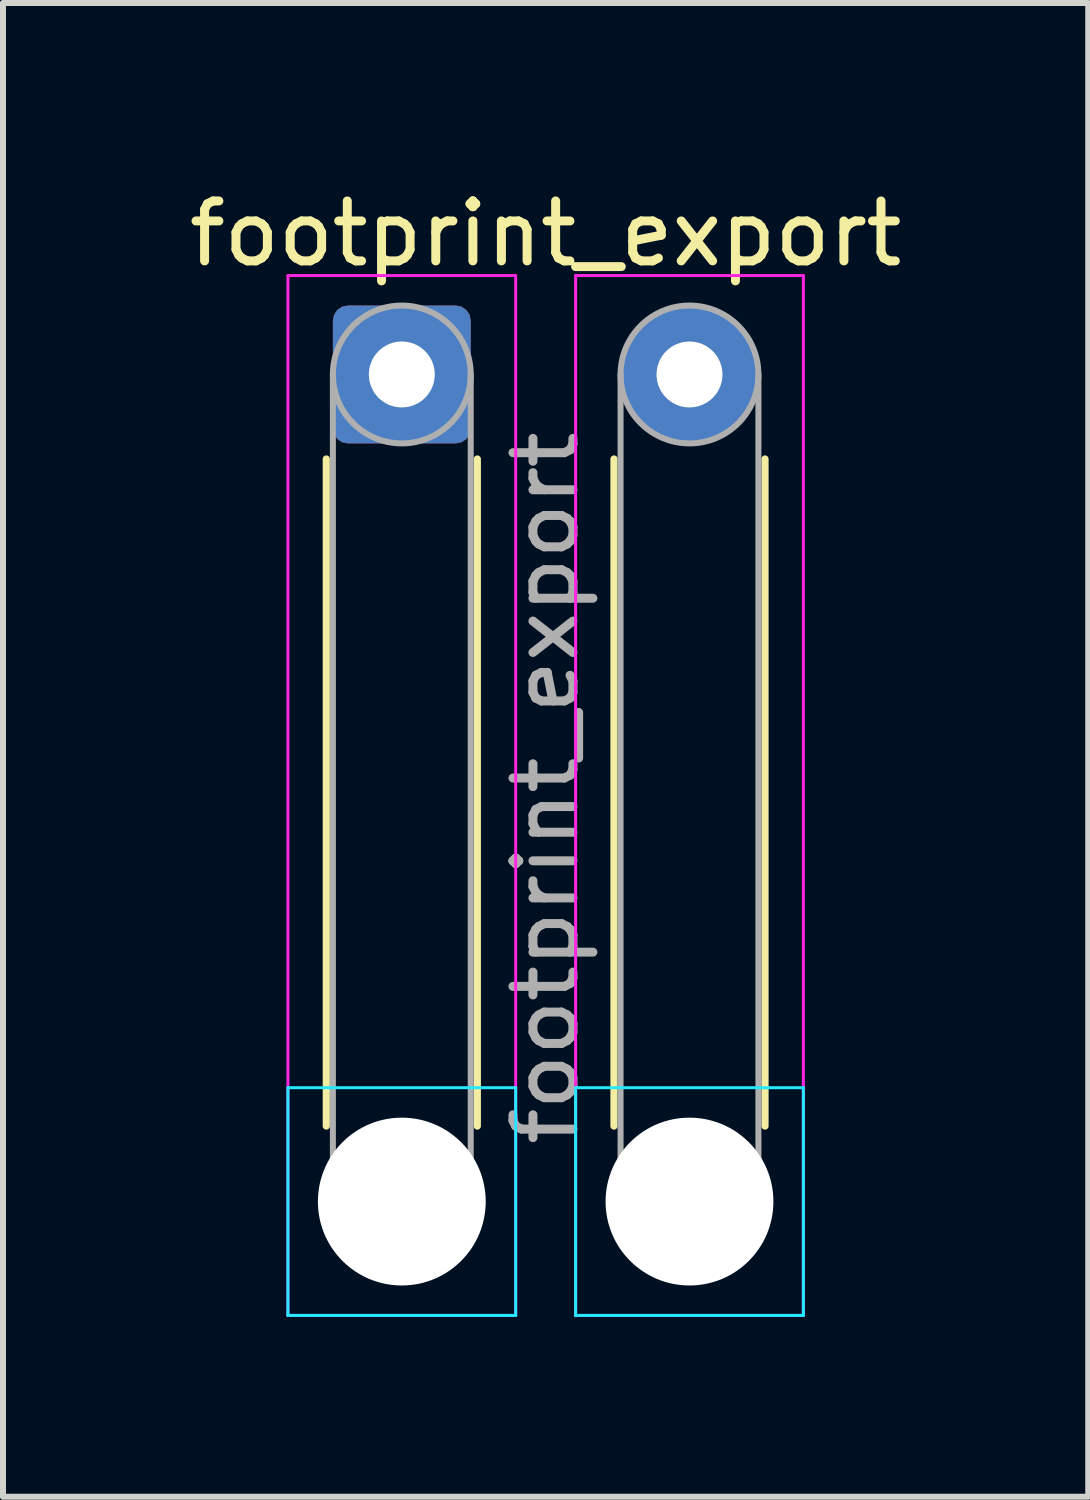
<source format=kicad_pcb>
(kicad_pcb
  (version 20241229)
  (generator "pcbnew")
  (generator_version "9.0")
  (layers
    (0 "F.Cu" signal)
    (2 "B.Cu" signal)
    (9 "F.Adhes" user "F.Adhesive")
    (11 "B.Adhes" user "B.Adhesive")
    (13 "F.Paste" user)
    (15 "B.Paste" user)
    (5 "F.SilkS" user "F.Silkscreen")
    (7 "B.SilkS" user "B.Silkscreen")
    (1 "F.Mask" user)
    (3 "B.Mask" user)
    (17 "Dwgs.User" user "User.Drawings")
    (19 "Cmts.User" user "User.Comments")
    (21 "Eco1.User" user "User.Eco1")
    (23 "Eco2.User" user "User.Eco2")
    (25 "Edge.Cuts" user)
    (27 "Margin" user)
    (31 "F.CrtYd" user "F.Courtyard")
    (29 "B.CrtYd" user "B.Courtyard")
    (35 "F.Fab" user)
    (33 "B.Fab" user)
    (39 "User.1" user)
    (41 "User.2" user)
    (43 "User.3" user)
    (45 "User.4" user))
  (footprint "footprint_export"
    (layer "F.Cu")
    (at 3.654 3.198)
    (property "Reference" "footprint_export" (at 2.4 -2.35 0) (layer "F.SilkS") (effects (font (size 1 1) (thickness 0.15))))
    (attr exclude_from_pos_files exclude_from_bom)
    (fp_line (start -1.26 1.41) (end -1.26 12.54) (stroke (width 0.12) (type solid)) (layer "F.SilkS"))
    (fp_line (start 1.26 1.41) (end 1.26 12.54) (stroke (width 0.12) (type solid)) (layer "F.SilkS"))
    (fp_line (start 3.54 1.41) (end 3.54 12.54) (stroke (width 0.12) (type solid)) (layer "F.SilkS"))
    (fp_line (start 6.06 1.41) (end 6.06 12.54) (stroke (width 0.12) (type solid)) (layer "F.SilkS"))
    (fp_line (start -1.9 11.9) (end -1.9 15.7) (stroke (width 0.05) (type solid)) (layer "B.CrtYd"))
    (fp_line (start -1.9 15.7) (end 1.9 15.7) (stroke (width 0.05) (type solid)) (layer "B.CrtYd"))
    (fp_line (start 1.9 11.9) (end -1.9 11.9) (stroke (width 0.05) (type solid)) (layer "B.CrtYd"))
    (fp_line (start 1.9 15.7) (end 1.9 11.9) (stroke (width 0.05) (type solid)) (layer "B.CrtYd"))
    (fp_line (start 2.9 11.9) (end 2.9 15.7) (stroke (width 0.05) (type solid)) (layer "B.CrtYd"))
    (fp_line (start 2.9 15.7) (end 6.7 15.7) (stroke (width 0.05) (type solid)) (layer "B.CrtYd"))
    (fp_line (start 6.7 11.9) (end 2.9 11.9) (stroke (width 0.05) (type solid)) (layer "B.CrtYd"))
    (fp_line (start 6.7 15.7) (end 6.7 11.9) (stroke (width 0.05) (type solid)) (layer "B.CrtYd"))
    (fp_line (start -1.9 -1.65) (end -1.9 15.7) (stroke (width 0.05) (type solid)) (layer "F.CrtYd"))
    (fp_line (start -1.9 15.7) (end 1.9 15.7) (stroke (width 0.05) (type solid)) (layer "F.CrtYd"))
    (fp_line (start 1.9 -1.65) (end -1.9 -1.65) (stroke (width 0.05) (type solid)) (layer "F.CrtYd"))
    (fp_line (start 1.9 15.7) (end 1.9 -1.65) (stroke (width 0.05) (type solid)) (layer "F.CrtYd"))
    (fp_line (start 2.9 -1.65) (end 2.9 15.7) (stroke (width 0.05) (type solid)) (layer "F.CrtYd"))
    (fp_line (start 2.9 15.7) (end 6.7 15.7) (stroke (width 0.05) (type solid)) (layer "F.CrtYd"))
    (fp_line (start 6.7 -1.65) (end 2.9 -1.65) (stroke (width 0.05) (type solid)) (layer "F.CrtYd"))
    (fp_line (start 6.7 15.7) (end 6.7 -1.65) (stroke (width 0.05) (type solid)) (layer "F.CrtYd"))
    (fp_line (start -1.15 0) (end -1.15 13.8) (stroke (width 0.1) (type solid)) (layer "F.Fab"))
    (fp_line (start 1.15 0) (end 1.15 13.8) (stroke (width 0.1) (type solid)) (layer "F.Fab"))
    (fp_line (start 3.65 0) (end 3.65 13.8) (stroke (width 0.1) (type solid)) (layer "F.Fab"))
    (fp_line (start 5.95 0) (end 5.95 13.8) (stroke (width 0.1) (type solid)) (layer "F.Fab"))
    (fp_circle (center 0 0) (end 1.15 0) (stroke (width 0.1) (type solid)) (fill no) (layer "F.Fab"))
    (fp_circle (center 0 13.8) (end 1.15 13.8) (stroke (width 0.1) (type solid)) (fill no) (layer "F.Fab"))
    (fp_circle (center 4.8 0) (end 5.95 0) (stroke (width 0.1) (type solid)) (fill no) (layer "F.Fab"))
    (fp_circle (center 4.8 13.8) (end 5.95 13.8) (stroke (width 0.1) (type solid)) (fill no) (layer "F.Fab"))
    (fp_text user "${REFERENCE}" (at 2.4 6.9 90) (layer "F.Fab") (effects (font (size 1 1) (thickness 0.15))))
    (pad "" np_thru_hole circle (at 0 13.8) (size 2.8 2.8) (drill 2.8) (layers "*.Cu" "*.Mask"))
    (pad "" np_thru_hole circle (at 4.8 13.8) (size 2.8 2.8) (drill 2.8) (layers "*.Cu" "*.Mask"))
    (pad "1" thru_hole roundrect (at 0 0) (size 2.3 2.3) (drill 1.1) (layers "*.Cu" "*.Mask") (roundrect_rratio 0.109))
    (pad "2" thru_hole circle (at 4.8 0) (size 2.3 2.3) (drill 1.1) (layers "*.Cu" "*.Mask")))
  (gr_rect
    (start -3 -3)
    (end 15.107 21.923)
    (stroke (width 0.1) (type default))
    (fill no)
    (layer "Edge.Cuts")))
</source>
